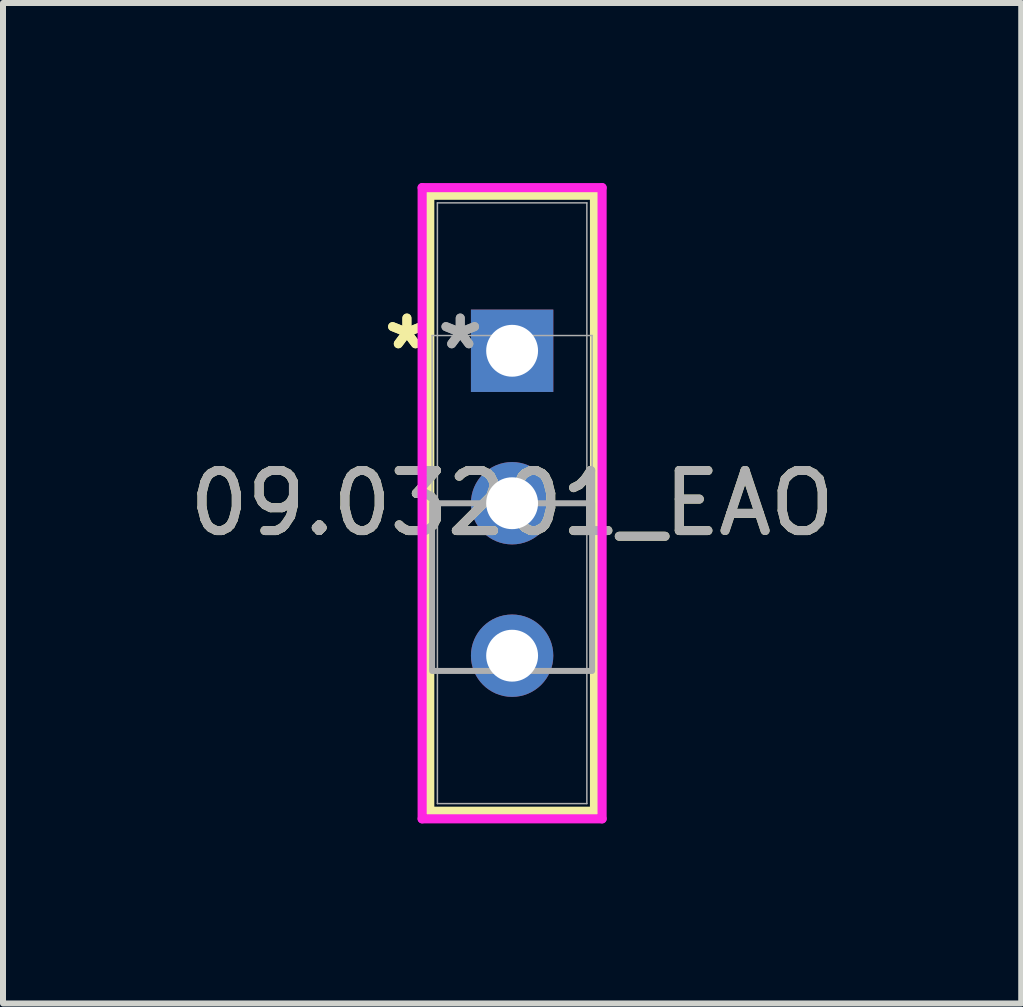
<source format=kicad_pcb>
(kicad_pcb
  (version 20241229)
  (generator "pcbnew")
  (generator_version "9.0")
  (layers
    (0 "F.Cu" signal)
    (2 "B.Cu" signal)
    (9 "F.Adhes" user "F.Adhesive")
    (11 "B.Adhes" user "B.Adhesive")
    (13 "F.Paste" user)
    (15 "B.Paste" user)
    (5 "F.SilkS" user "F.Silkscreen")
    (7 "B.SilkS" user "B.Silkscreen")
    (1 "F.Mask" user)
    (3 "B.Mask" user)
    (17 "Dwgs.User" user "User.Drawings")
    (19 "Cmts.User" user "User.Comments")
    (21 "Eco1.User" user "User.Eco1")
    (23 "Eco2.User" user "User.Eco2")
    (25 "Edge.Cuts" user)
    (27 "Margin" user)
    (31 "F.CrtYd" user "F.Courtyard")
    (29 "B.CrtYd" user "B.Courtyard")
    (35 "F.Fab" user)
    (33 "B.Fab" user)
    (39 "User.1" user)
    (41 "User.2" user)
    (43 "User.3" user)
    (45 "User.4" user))
  (footprint "09.03201_EAO"
    (layer "F.Cu")
    (at 5.482 2.794)
    (property "Reference" "09.03201_EAO" (at 0 2.54 0) (unlocked yes) (layer "F.SilkS") (effects (font (size 1 1) (thickness 0.15))))
    (attr through_hole)
    (fp_line (start -1.372 -2.591) (end -1.372 7.671) (stroke (width 0.152) (type solid)) (layer "F.SilkS"))
    (fp_line (start -1.372 7.671) (end 1.372 7.671) (stroke (width 0.152) (type solid)) (layer "F.SilkS"))
    (fp_line (start 1.372 -2.591) (end -1.372 -2.591) (stroke (width 0.152) (type solid)) (layer "F.SilkS"))
    (fp_line (start 1.372 7.671) (end 1.372 -2.591) (stroke (width 0.152) (type solid)) (layer "F.SilkS"))
    (fp_line (start -1.499 -2.718) (end -1.499 7.798) (stroke (width 0.152) (type solid)) (layer "F.CrtYd"))
    (fp_line (start -1.499 7.798) (end 1.499 7.798) (stroke (width 0.152) (type solid)) (layer "F.CrtYd"))
    (fp_line (start 1.499 -2.718) (end -1.499 -2.718) (stroke (width 0.152) (type solid)) (layer "F.CrtYd"))
    (fp_line (start 1.499 7.798) (end 1.499 -2.718) (stroke (width 0.152) (type solid)) (layer "F.CrtYd"))
    (fp_line (start -1.333 -0.254) (end 1.333 -0.254) (stroke (width 0.025) (type solid)) (layer "F.Fab"))
    (fp_line (start -1.333 5.334) (end -1.333 -0.254) (stroke (width 0.025) (type solid)) (layer "F.Fab"))
    (fp_line (start -1.245 -2.464) (end -1.245 7.544) (stroke (width 0.025) (type solid)) (layer "F.Fab"))
    (fp_line (start -1.245 7.544) (end 1.245 7.544) (stroke (width 0.025) (type solid)) (layer "F.Fab"))
    (fp_line (start 1.245 -2.464) (end -1.245 -2.464) (stroke (width 0.025) (type solid)) (layer "F.Fab"))
    (fp_line (start 1.245 7.544) (end 1.245 -2.464) (stroke (width 0.025) (type solid)) (layer "F.Fab"))
    (fp_line (start 1.333 -0.254) (end 1.333 5.334) (stroke (width 0.025) (type solid)) (layer "F.Fab"))
    (fp_line (start 1.333 5.334) (end -1.333 5.334) (stroke (width 0.025) (type solid)) (layer "F.Fab"))
    (fp_poly (pts (xy -1.333 5.334) (xy -1.333 2.54) (xy 1.333 2.54) (xy 1.333 5.334)) (stroke (width 0.1) (type solid)) (fill no) (layer "F.Fab"))
    (fp_text user "*" (at -1.753 0 0) (layer "F.SilkS") (effects (font (size 1 1) (thickness 0.15))))
    (fp_text user "*" (at -1.753 0 0) (unlocked yes) (layer "F.SilkS") (effects (font (size 1 1) (thickness 0.15))))
    (fp_text user "*" (at -0.864 0 0) (unlocked yes) (layer "F.Fab") (effects (font (size 1 1) (thickness 0.15))))
    (fp_text user "${REFERENCE}" (at 0 2.54 0) (unlocked yes) (layer "F.Fab") (effects (font (size 1 1) (thickness 0.15))))
    (fp_text user "*" (at -0.864 0 0) (layer "F.Fab") (effects (font (size 1 1) (thickness 0.15))))
    (pad "1" thru_hole rect (at 0 0) (size 1.372 1.372) (drill 0.864) (layers "*.Cu" "*.Mask"))
    (pad "2" thru_hole circle (at 0 2.54) (size 1.372 1.372) (drill 0.864) (layers "*.Cu" "*.Mask"))
    (pad "3" thru_hole circle (at 0 5.08) (size 1.372 1.372) (drill 0.864) (layers "*.Cu" "*.Mask")))
  (gr_rect
    (start -3 -3)
    (end 13.964 13.668)
    (stroke (width 0.1) (type default))
    (fill no)
    (layer "Edge.Cuts")))
</source>
